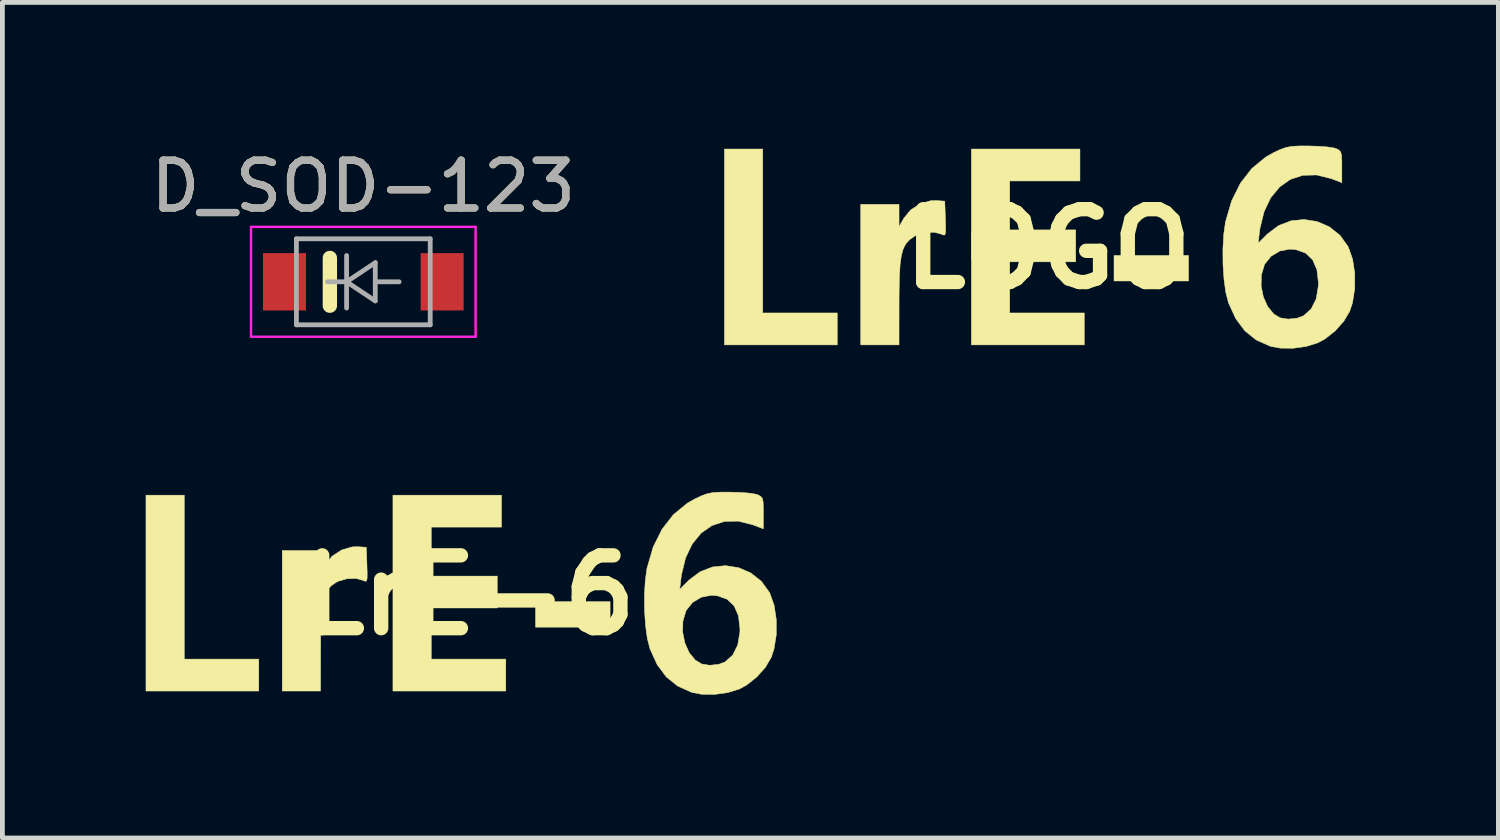
<source format=kicad_pcb>
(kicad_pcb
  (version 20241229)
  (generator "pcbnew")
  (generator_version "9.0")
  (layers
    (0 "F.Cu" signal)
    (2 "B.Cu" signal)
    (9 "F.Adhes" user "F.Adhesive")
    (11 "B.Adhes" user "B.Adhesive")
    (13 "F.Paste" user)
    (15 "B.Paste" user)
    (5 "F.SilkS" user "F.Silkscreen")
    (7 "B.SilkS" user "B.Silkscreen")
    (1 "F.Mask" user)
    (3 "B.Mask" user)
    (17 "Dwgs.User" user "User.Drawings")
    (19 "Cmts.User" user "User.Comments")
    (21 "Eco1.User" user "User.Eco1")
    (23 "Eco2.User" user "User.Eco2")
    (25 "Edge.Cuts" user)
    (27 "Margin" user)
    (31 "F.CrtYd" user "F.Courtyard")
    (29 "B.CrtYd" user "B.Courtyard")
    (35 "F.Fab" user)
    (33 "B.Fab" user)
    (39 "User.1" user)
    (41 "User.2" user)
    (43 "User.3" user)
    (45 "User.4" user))
  (footprint "LrE-6"
    (layer "F.Cu")
    (at 6.778 9.408)
    (property "Reference" "LrE-6" (at 0 0 0) (layer "F.SilkS") (effects (font (size 1.524 1.524) (thickness 0.3))))
    (attr through_hole)
    (fp_poly (pts (xy 2.941 0.668) (xy 1.381 0.668) (xy 1.381 0.134) (xy 2.941 0.134) (xy 2.941 0.668)) (stroke (width 0.01) (type solid)) (fill yes) (layer "F.SilkS"))
    (fp_poly (pts (xy -5.971 1.337) (xy -4.412 1.337) (xy -4.412 2.005) (xy -6.773 2.005) (xy -6.773 -2.094) (xy -5.971 -2.094) (xy -5.971 1.337)) (stroke (width 0.01) (type solid)) (fill yes) (layer "F.SilkS"))
    (fp_poly (pts (xy 0.668 -1.426) (xy -0.802 -1.426) (xy -0.802 -0.401) (xy 0.579 -0.401) (xy 0.579 0.267) (xy -0.802 0.267) (xy -0.802 1.337) (xy 0.758 1.337) (xy 0.758 2.005) (xy -1.604 2.005) (xy -1.604 -2.094) (xy 0.668 -2.094) (xy 0.668 -1.426)) (stroke (width 0.01) (type solid)) (fill yes) (layer "F.SilkS"))
    (fp_poly (pts (xy -2.161 -1.003) (xy -2.148 -0.632) (xy -2.143 -0.452) (xy -2.145 -0.346) (xy -2.159 -0.298) (xy -2.187 -0.293) (xy -2.223 -0.309) (xy -2.379 -0.352) (xy -2.567 -0.345) (xy -2.747 -0.293) (xy -2.799 -0.266) (xy -2.897 -0.197) (xy -2.973 -0.115) (xy -3.03 -0.008) (xy -3.07 0.134) (xy -3.096 0.324) (xy -3.111 0.574) (xy -3.117 0.894) (xy -3.118 1.103) (xy -3.119 2.005) (xy -3.921 2.005) (xy -3.921 -0.936) (xy -3.119 -0.936) (xy -3.118 -0.468) (xy -3.018 -0.646) (xy -2.874 -0.82) (xy -2.677 -0.947) (xy -2.456 -1.012) (xy -2.339 -1.015) (xy -2.161 -1.003)) (stroke (width 0.01) (type solid)) (fill yes) (layer "F.SilkS"))
    (fp_poly (pts (xy 5.663 -2.152) (xy 5.846 -2.138) (xy 5.981 -2.117) (xy 6.027 -2.104) (xy 6.09 -2.072) (xy 6.126 -2.029) (xy 6.144 -1.953) (xy 6.149 -1.821) (xy 6.149 -1.721) (xy 6.149 -1.39) (xy 5.926 -1.475) (xy 5.62 -1.551) (xy 5.333 -1.544) (xy 5.073 -1.459) (xy 4.847 -1.301) (xy 4.661 -1.074) (xy 4.522 -0.784) (xy 4.436 -0.435) (xy 4.426 -0.363) (xy 4.398 -0.122) (xy 4.594 -0.318) (xy 4.826 -0.492) (xy 5.087 -0.592) (xy 5.361 -0.619) (xy 5.633 -0.576) (xy 5.886 -0.466) (xy 6.107 -0.292) (xy 6.278 -0.055) (xy 6.285 -0.041) (xy 6.375 0.214) (xy 6.42 0.514) (xy 6.419 0.829) (xy 6.371 1.129) (xy 6.314 1.301) (xy 6.19 1.511) (xy 6.008 1.714) (xy 5.795 1.882) (xy 5.647 1.962) (xy 5.402 2.038) (xy 5.127 2.076) (xy 4.858 2.073) (xy 4.649 2.033) (xy 4.356 1.901) (xy 4.119 1.711) (xy 3.928 1.455) (xy 3.776 1.123) (xy 3.776 1.122) (xy 3.721 0.908) (xy 3.702 0.773) (xy 4.46 0.773) (xy 4.506 1) (xy 4.596 1.202) (xy 4.725 1.359) (xy 4.857 1.439) (xy 5.025 1.466) (xy 5.211 1.447) (xy 5.347 1.397) (xy 5.509 1.251) (xy 5.613 1.04) (xy 5.658 0.77) (xy 5.659 0.702) (xy 5.628 0.433) (xy 5.538 0.225) (xy 5.39 0.084) (xy 5.187 0.011) (xy 5.063 0.001) (xy 4.853 0.04) (xy 4.668 0.15) (xy 4.537 0.313) (xy 4.528 0.331) (xy 4.465 0.543) (xy 4.46 0.773) (xy 3.702 0.773) (xy 3.683 0.633) (xy 3.662 0.322) (xy 3.66 0.001) (xy 3.677 -0.305) (xy 3.714 -0.569) (xy 3.717 -0.579) (xy 3.843 -1.01) (xy 4.028 -1.381) (xy 4.267 -1.688) (xy 4.557 -1.926) (xy 4.714 -2.015) (xy 4.858 -2.083) (xy 4.976 -2.125) (xy 5.097 -2.149) (xy 5.249 -2.158) (xy 5.458 -2.158) (xy 5.663 -2.152)) (stroke (width 0.01) (type solid)) (fill yes) (layer "F.SilkS")))
  (footprint "D_SOD-123"
    (layer "F.Cu")
    (at 4.554 2.848)
    (property "Reference" "D_SOD-123" (at 0 -2 0) (layer "F.SilkS") (effects (font (size 1 1) (thickness 0.15))))
    (attr smd)
    (fp_line (start -0.7 -0.5) (end -0.7 0.5) (stroke (width 0.3) (type solid)) (layer "F.SilkS"))
    (fp_line (start -2.35 -1.15) (end -2.35 1.15) (stroke (width 0.05) (type solid)) (layer "F.CrtYd"))
    (fp_line (start -2.35 -1.15) (end 2.35 -1.15) (stroke (width 0.05) (type solid)) (layer "F.CrtYd"))
    (fp_line (start 2.35 -1.15) (end 2.35 1.15) (stroke (width 0.05) (type solid)) (layer "F.CrtYd"))
    (fp_line (start 2.35 1.15) (end -2.35 1.15) (stroke (width 0.05) (type solid)) (layer "F.CrtYd"))
    (fp_line (start -1.4 -0.9) (end 1.4 -0.9) (stroke (width 0.1) (type solid)) (layer "F.Fab"))
    (fp_line (start -1.4 0.9) (end -1.4 -0.9) (stroke (width 0.1) (type solid)) (layer "F.Fab"))
    (fp_line (start -0.75 0) (end -0.35 0) (stroke (width 0.1) (type solid)) (layer "F.Fab"))
    (fp_line (start -0.35 0) (end -0.35 -0.55) (stroke (width 0.1) (type solid)) (layer "F.Fab"))
    (fp_line (start -0.35 0) (end -0.35 0.55) (stroke (width 0.1) (type solid)) (layer "F.Fab"))
    (fp_line (start -0.35 0) (end 0.25 -0.4) (stroke (width 0.1) (type solid)) (layer "F.Fab"))
    (fp_line (start 0.25 -0.4) (end 0.25 0.4) (stroke (width 0.1) (type solid)) (layer "F.Fab"))
    (fp_line (start 0.25 0) (end 0.75 0) (stroke (width 0.1) (type solid)) (layer "F.Fab"))
    (fp_line (start 0.25 0.4) (end -0.35 0) (stroke (width 0.1) (type solid)) (layer "F.Fab"))
    (fp_line (start 1.4 -0.9) (end 1.4 0.9) (stroke (width 0.1) (type solid)) (layer "F.Fab"))
    (fp_line (start 1.4 0.9) (end -1.4 0.9) (stroke (width 0.1) (type solid)) (layer "F.Fab"))
    (fp_text user "${REFERENCE}" (at 0 -2 0) (layer "F.Fab") (effects (font (size 1 1) (thickness 0.15))))
    (pad "1" smd rect (at -1.65 0) (size 0.9 1.2) (layers "F.Cu" "F.Mask" "F.Paste"))
    (pad "2" smd rect (at 1.65 0) (size 0.9 1.2) (layers "F.Cu" "F.Mask" "F.Paste")))
  (footprint "LOGO"
    (layer "F.Cu")
    (at 18.885 2.163)
    (property "Reference" "LOGO" (at 0 0 0) (layer "F.SilkS") (effects (font (size 1.524 1.524) (thickness 0.3))))
    (attr through_hole)
    (fp_poly (pts (xy 2.941 0.668) (xy 1.381 0.668) (xy 1.381 0.134) (xy 2.941 0.134) (xy 2.941 0.668)) (stroke (width 0.01) (type solid)) (fill yes) (layer "F.SilkS"))
    (fp_poly (pts (xy -5.971 1.337) (xy -4.412 1.337) (xy -4.412 2.005) (xy -6.773 2.005) (xy -6.773 -2.094) (xy -5.971 -2.094) (xy -5.971 1.337)) (stroke (width 0.01) (type solid)) (fill yes) (layer "F.SilkS"))
    (fp_poly (pts (xy 0.668 -1.426) (xy -0.802 -1.426) (xy -0.802 -0.401) (xy 0.579 -0.401) (xy 0.579 0.267) (xy -0.802 0.267) (xy -0.802 1.337) (xy 0.758 1.337) (xy 0.758 2.005) (xy -1.604 2.005) (xy -1.604 -2.094) (xy 0.668 -2.094) (xy 0.668 -1.426)) (stroke (width 0.01) (type solid)) (fill yes) (layer "F.SilkS"))
    (fp_poly (pts (xy -2.161 -1.003) (xy -2.148 -0.632) (xy -2.143 -0.452) (xy -2.145 -0.346) (xy -2.159 -0.298) (xy -2.187 -0.293) (xy -2.223 -0.309) (xy -2.379 -0.352) (xy -2.567 -0.345) (xy -2.747 -0.293) (xy -2.799 -0.266) (xy -2.897 -0.197) (xy -2.973 -0.115) (xy -3.03 -0.008) (xy -3.07 0.134) (xy -3.096 0.324) (xy -3.111 0.574) (xy -3.117 0.894) (xy -3.118 1.103) (xy -3.119 2.005) (xy -3.921 2.005) (xy -3.921 -0.936) (xy -3.119 -0.936) (xy -3.118 -0.468) (xy -3.018 -0.646) (xy -2.874 -0.82) (xy -2.677 -0.947) (xy -2.456 -1.012) (xy -2.339 -1.015) (xy -2.161 -1.003)) (stroke (width 0.01) (type solid)) (fill yes) (layer "F.SilkS"))
    (fp_poly (pts (xy 5.663 -2.152) (xy 5.846 -2.138) (xy 5.981 -2.117) (xy 6.027 -2.104) (xy 6.09 -2.072) (xy 6.126 -2.029) (xy 6.144 -1.953) (xy 6.149 -1.821) (xy 6.149 -1.721) (xy 6.149 -1.39) (xy 5.926 -1.475) (xy 5.62 -1.551) (xy 5.333 -1.544) (xy 5.073 -1.459) (xy 4.847 -1.301) (xy 4.661 -1.074) (xy 4.522 -0.784) (xy 4.436 -0.435) (xy 4.426 -0.363) (xy 4.398 -0.122) (xy 4.594 -0.318) (xy 4.826 -0.492) (xy 5.087 -0.592) (xy 5.361 -0.619) (xy 5.633 -0.576) (xy 5.886 -0.466) (xy 6.107 -0.292) (xy 6.278 -0.055) (xy 6.285 -0.041) (xy 6.375 0.214) (xy 6.42 0.514) (xy 6.419 0.829) (xy 6.371 1.129) (xy 6.314 1.301) (xy 6.19 1.511) (xy 6.008 1.714) (xy 5.795 1.882) (xy 5.647 1.962) (xy 5.402 2.038) (xy 5.127 2.076) (xy 4.858 2.073) (xy 4.649 2.033) (xy 4.356 1.901) (xy 4.119 1.711) (xy 3.928 1.455) (xy 3.776 1.123) (xy 3.776 1.122) (xy 3.721 0.908) (xy 3.702 0.773) (xy 4.46 0.773) (xy 4.506 1) (xy 4.596 1.202) (xy 4.725 1.359) (xy 4.857 1.439) (xy 5.025 1.466) (xy 5.211 1.447) (xy 5.347 1.397) (xy 5.509 1.251) (xy 5.613 1.04) (xy 5.658 0.77) (xy 5.659 0.702) (xy 5.628 0.433) (xy 5.538 0.225) (xy 5.39 0.084) (xy 5.187 0.011) (xy 5.063 0.001) (xy 4.853 0.04) (xy 4.668 0.15) (xy 4.537 0.313) (xy 4.528 0.331) (xy 4.465 0.543) (xy 4.46 0.773) (xy 3.702 0.773) (xy 3.683 0.633) (xy 3.662 0.322) (xy 3.66 0.001) (xy 3.677 -0.305) (xy 3.714 -0.569) (xy 3.717 -0.579) (xy 3.843 -1.01) (xy 4.028 -1.381) (xy 4.267 -1.688) (xy 4.557 -1.926) (xy 4.714 -2.015) (xy 4.858 -2.083) (xy 4.976 -2.125) (xy 5.097 -2.149) (xy 5.249 -2.158) (xy 5.458 -2.158) (xy 5.663 -2.152)) (stroke (width 0.01) (type solid)) (fill yes) (layer "F.SilkS")))
  (gr_rect
    (start -3 -3)
    (end 28.311 14.489)
    (stroke (width 0.1) (type default))
    (fill no)
    (layer "Edge.Cuts")))
</source>
